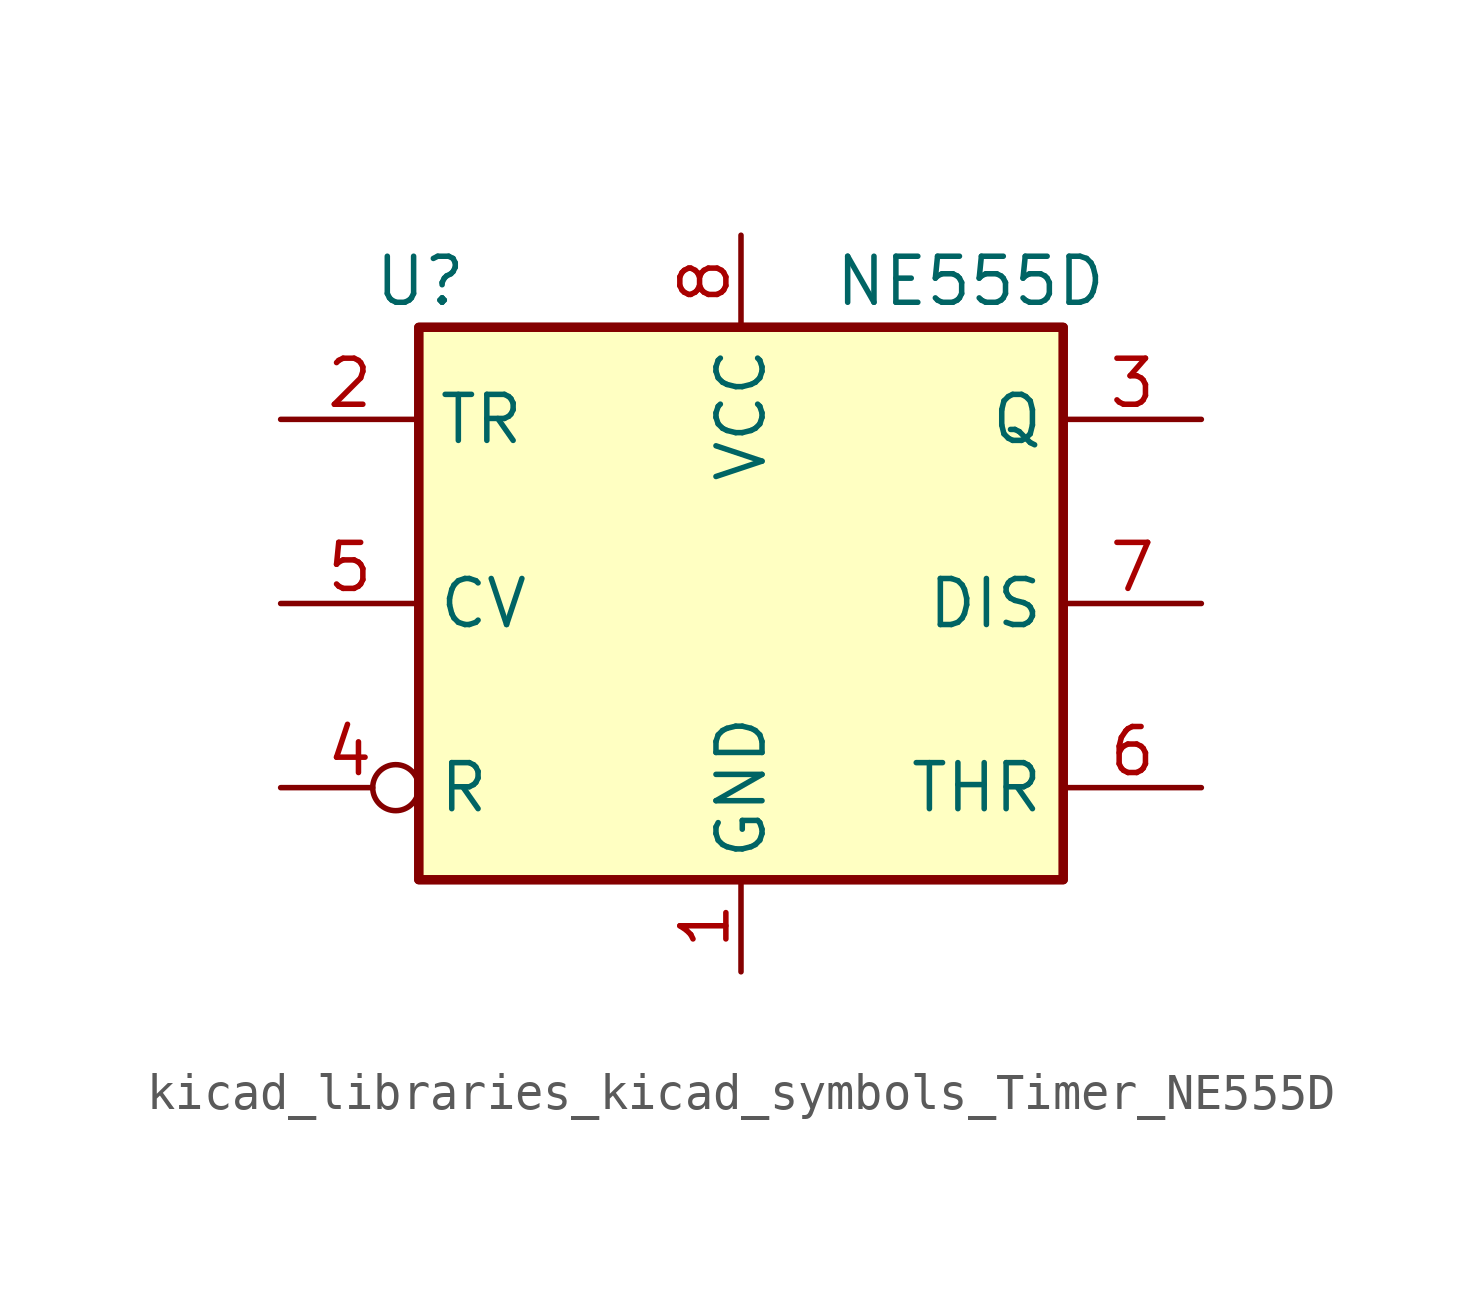
<source format=kicad_sym>
(kicad_symbol_lib
  (version 20220914)
  (generator kicad_symbol_editor)
  (symbol "kicad_libraries_kicad_symbols_Timer_NE555D"
    (property "Reference" "U"
      (at -10.16 8.89 0)
      (effects (font (size 1.27 1.27)) (justify left)))
    (property "Value" "NE555D"
      (at 2.54 8.89 0)
      (effects (font (size 1.27 1.27)) (justify left)))
    (symbol "kicad_libraries_kicad_symbols_Timer_NE555D_0_0"
      (pin power_in line (at 0 -10.16 90) (length 2.54) (name "GND" (effects (font (size 1.27 1.27)))) (number "1" (effects (font (size 1.27 1.27)))))
      (pin power_in line (at 0 10.16 270) (length 2.54) (name "VCC" (effects (font (size 1.27 1.27)))) (number "8" (effects (font (size 1.27 1.27))))))
    (symbol "kicad_libraries_kicad_symbols_Timer_NE555D_0_1"
      (rectangle (start -8.89 -7.62) (end 8.89 7.62) (stroke (width 0.254) (type default)) (fill (type background)))
      (rectangle (start -8.89 -7.62) (end 8.89 7.62) (stroke (width 0.254) (type default)) (fill (type background))))
    (symbol "kicad_libraries_kicad_symbols_Timer_NE555D_1_1"
      (pin input line (at -12.7 5.08 0) (length 3.81) (name "TR" (effects (font (size 1.27 1.27)))) (number "2" (effects (font (size 1.27 1.27)))))
      (pin output line (at 12.7 5.08 180) (length 3.81) (name "Q" (effects (font (size 1.27 1.27)))) (number "3" (effects (font (size 1.27 1.27)))))
      (pin input inverted (at -12.7 -5.08 0) (length 3.81) (name "R" (effects (font (size 1.27 1.27)))) (number "4" (effects (font (size 1.27 1.27)))))
      (pin input line (at -12.7 0 0) (length 3.81) (name "CV" (effects (font (size 1.27 1.27)))) (number "5" (effects (font (size 1.27 1.27)))))
      (pin input line (at 12.7 -5.08 180) (length 3.81) (name "THR" (effects (font (size 1.27 1.27)))) (number "6" (effects (font (size 1.27 1.27)))))
      (pin input line (at 12.7 0 180) (length 3.81) (name "DIS" (effects (font (size 1.27 1.27)))) (number "7" (effects (font (size 1.27 1.27))))))))
</source>
